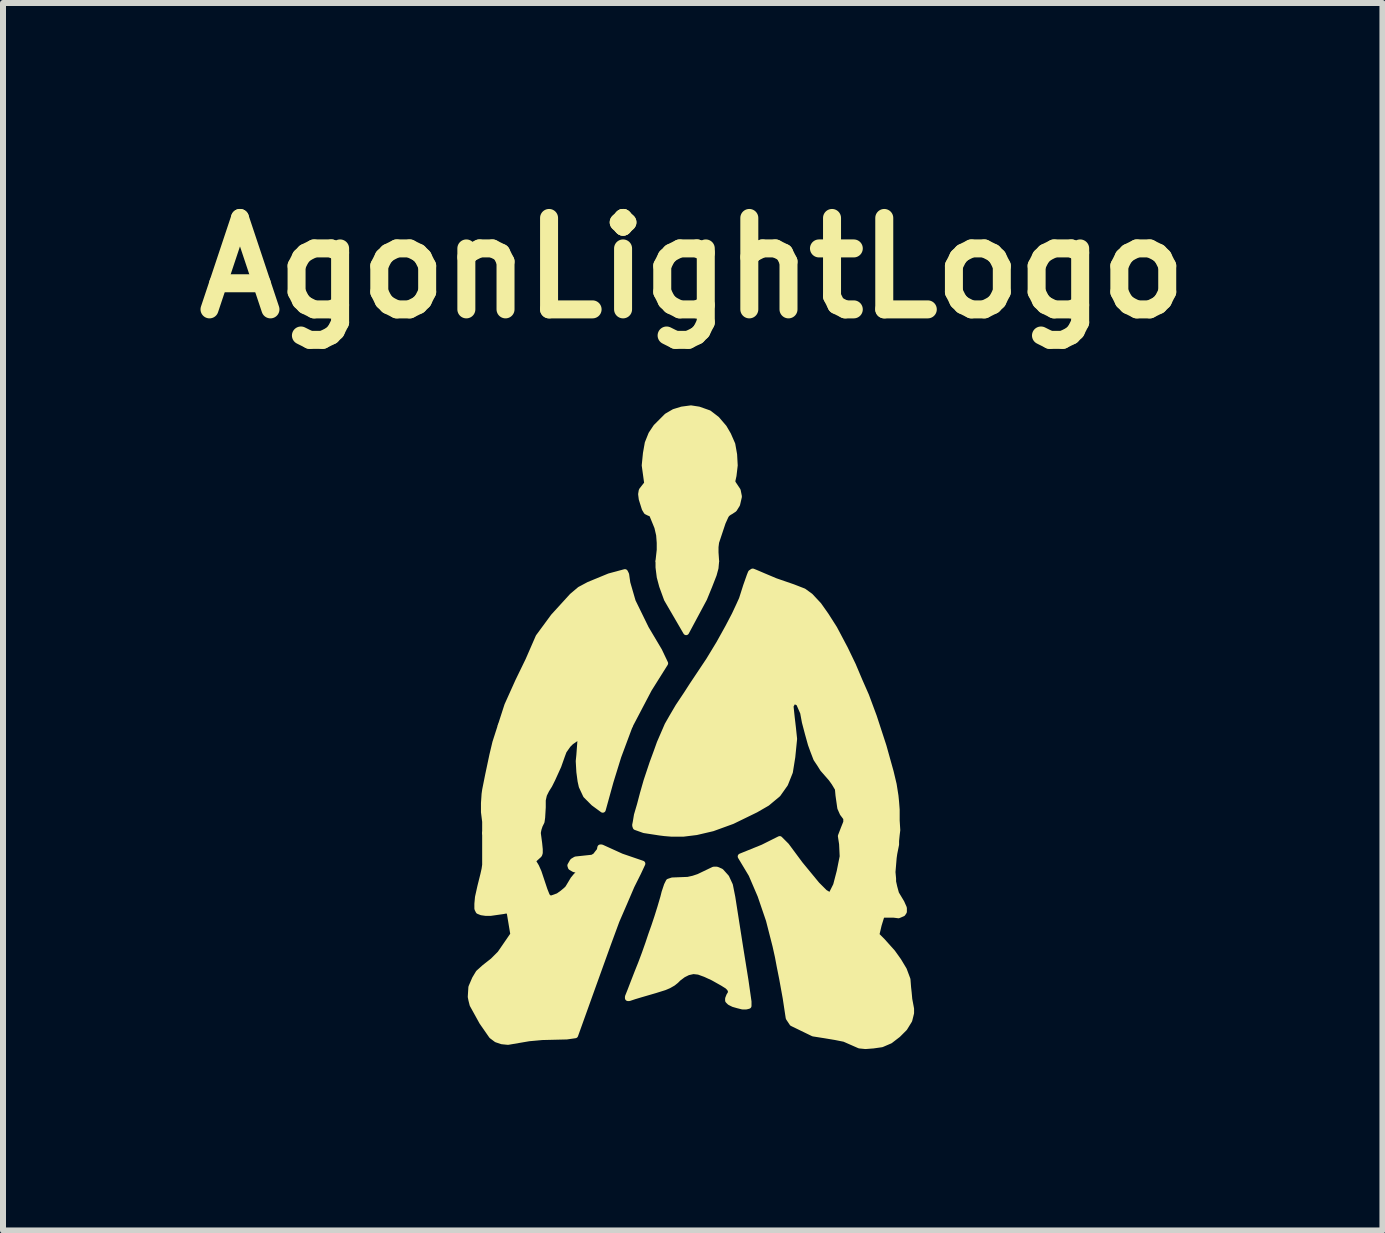
<source format=kicad_pcb>
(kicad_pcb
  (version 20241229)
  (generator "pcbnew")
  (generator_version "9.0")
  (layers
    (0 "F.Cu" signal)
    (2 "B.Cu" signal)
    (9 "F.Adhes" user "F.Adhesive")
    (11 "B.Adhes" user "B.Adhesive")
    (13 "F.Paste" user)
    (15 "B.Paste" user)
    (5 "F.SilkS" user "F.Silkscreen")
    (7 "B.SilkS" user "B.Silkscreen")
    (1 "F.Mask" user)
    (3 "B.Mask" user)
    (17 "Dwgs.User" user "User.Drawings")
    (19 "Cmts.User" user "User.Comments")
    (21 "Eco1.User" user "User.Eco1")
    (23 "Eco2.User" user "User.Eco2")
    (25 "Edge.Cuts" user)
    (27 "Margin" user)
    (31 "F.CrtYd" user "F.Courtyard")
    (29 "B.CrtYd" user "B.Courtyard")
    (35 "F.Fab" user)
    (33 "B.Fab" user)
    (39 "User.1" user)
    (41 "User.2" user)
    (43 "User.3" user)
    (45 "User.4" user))
  (footprint "AgonLightLogo"
    (layer "F.Cu")
    (at 8.498 9.038)
    (property "Reference" "AgonLightLogo" (at 0 -7.62 0) (layer "F.SilkS") (effects (font (size 1.524 1.524) (thickness 0.3))))
    (attr through_hole)
    (fp_poly (pts (xy -0.57 -2.725) (xy -0.57 -2.63) (xy -0.55 -2.47) (xy -0.51 -2.32) (xy -0.43 -2.1) (xy -0.11 -1.55) (xy 0.19 -2.11) (xy 0.28 -2.33) (xy 0.35 -2.51) (xy 0.38 -2.62) (xy 0.39 -2.735)) (stroke (width 0.1) (type solid)) (fill yes) (layer "F.SilkS"))
    (fp_poly (pts (xy -1.13 -2.55) (xy -1.11 -2.51) (xy -1.09 -2.37) (xy -1 -2.06) (xy -0.78 -1.61) (xy -0.56 -1.24) (xy -0.46 -1.03) (xy -0.73 -0.6) (xy -1.05 0.01) (xy -3.2 0.01) (xy -3.09 -0.33) (xy -2.91 -0.73) (xy -2.74 -1.08) (xy -2.57 -1.47) (xy -2.32 -1.81) (xy -2.01 -2.15) (xy -1.88 -2.26) (xy -1.73 -2.34) (xy -1.39 -2.48)) (stroke (width 0.1) (type solid)) (fill yes) (layer "F.SilkS"))
    (fp_poly (pts (xy -0.76 -4.04) (xy -0.8 -4.33) (xy -0.78 -4.53) (xy -0.75 -4.7) (xy -0.69 -4.85) (xy -0.61 -4.97) (xy -0.43 -5.15) (xy -0.31 -5.22) (xy -0.18 -5.26) (xy -0.03 -5.28) (xy 0.1 -5.26) (xy 0.27 -5.2) (xy 0.4 -5.1) (xy 0.52 -4.96) (xy 0.59 -4.84) (xy 0.66 -4.68) (xy 0.69 -4.51) (xy 0.7 -4.33) (xy 0.68 -4.16) (xy 0.66 -4.07)) (stroke (width 0.1) (type solid)) (fill yes) (layer "F.SilkS"))
    (fp_poly (pts (xy -2.58 1.82) (xy -2.56 1.97) (xy -2.55 2.07) (xy -2.55 2.13) (xy -2.56 2.16) (xy -2.67 2.26) (xy -2.61 2.36) (xy -2.57 2.45) (xy -2.52 2.6) (xy -2.47 2.75) (xy -2.43 2.85) (xy -2.38 2.9) (xy -3.06 3.1) (xy -3.11 3.09) (xy -3.16 3.1) (xy -3.37 3.13) (xy -3.45 3.13) (xy -3.52 3.12) (xy -3.57 3.1) (xy -3.59 3.06) (xy -3.59 2.98) (xy -3.58 2.87) (xy -3.54 2.69) (xy -3.49 2.49) (xy -3.47 2.4) (xy -3.46 2.33) (xy -3.46 2.12) (xy -3.46 1.8)) (stroke (width 0.1) (type solid)) (fill yes) (layer "F.SilkS"))
    (fp_poly (pts (xy -0.78 -4) (xy -0.85 -3.91) (xy -0.86 -3.85) (xy -0.85 -3.77) (xy -0.8 -3.61) (xy -0.77 -3.56) (xy -0.73 -3.54) (xy -0.68 -3.52) (xy -0.59 -3.3) (xy -0.56 -3.17) (xy -0.55 -3.04) (xy -0.55 -2.92) (xy -0.57 -2.74) (xy 0.39 -2.73) (xy 0.38 -2.88) (xy 0.38 -2.97) (xy 0.39 -3.05) (xy 0.41 -3.11) (xy 0.5 -3.38) (xy 0.55 -3.49) (xy 0.57 -3.52) (xy 0.61 -3.55) (xy 0.63 -3.56) (xy 0.69 -3.6) (xy 0.74 -3.68) (xy 0.77 -3.81) (xy 0.75 -3.91) (xy 0.67 -4.03)) (stroke (width 0.1) (type solid)) (fill yes) (layer "F.SilkS"))
    (fp_poly (pts (xy -1.05 0.01) (xy -1.24 0.52) (xy -1.37 0.94) (xy -1.5 1.41) (xy -1.65 1.3) (xy -1.78 1.17) (xy -1.85 1.02) (xy -1.87 0.93) (xy -1.89 0.78) (xy -1.9 0.6) (xy -1.89 0.5) (xy -1.87 0.23) (xy -1.87 0.19) (xy -1.9 0.19) (xy -2.03 0.28) (xy -2.08 0.33) (xy -2.15 0.43) (xy -2.18 0.51) (xy -2.24 0.68) (xy -2.34 0.9) (xy -2.39 1) (xy -2.44 1.08) (xy -2.48 1.16) (xy -2.5 1.25) (xy -2.5 1.37) (xy -2.51 1.54) (xy -2.52 1.61) (xy -2.55 1.67) (xy -2.57 1.73) (xy -2.58 1.78) (xy -3.46 1.8) (xy -3.46 1.61) (xy -3.48 1.45) (xy -3.48 1.3) (xy -3.47 1.15) (xy -3.46 1.08) (xy -3.41 0.83) (xy -3.34 0.5) (xy -3.29 0.29) (xy -3.2 0.01)) (stroke (width 0.1) (type solid)) (fill yes) (layer "F.SilkS"))
    (fp_poly (pts (xy -2.38 2.9) (xy -2.24 2.85) (xy -2.17 2.8) (xy -2.11 2.75) (xy -2.08 2.72) (xy -1.99 2.57) (xy -1.94 2.51) (xy -1.87 2.46) (xy -1.87 2.43) (xy -1.98 2.4) (xy -2.03 2.37) (xy -2.04 2.34) (xy -2 2.27) (xy -1.95 2.24) (xy -1.67 2.21) (xy -1.62 2.18) (xy -1.59 2.14) (xy -1.55 2.09) (xy -1.54 2.04) (xy -1.52 2.04) (xy -1.19 2.19) (xy -0.84 2.31) (xy -0.91 2.46) (xy -1.02 2.68) (xy -1.14 2.96) (xy -1.27 3.26) (xy -1.41 3.64) (xy -1.68 4.39) (xy -1.96 5.17) (xy -2.1 5.19) (xy -2.51 5.2) (xy -2.73 5.22) (xy -3.08 5.28) (xy -3.18 5.27) (xy -3.27 5.24) (xy -3.35 5.18) (xy -3.51 4.95) (xy -3.67 4.66) (xy -3.69 4.58) (xy -3.7 4.53) (xy -3.69 4.37) (xy -3.63 4.23) (xy -3.57 4.13) (xy -3.47 4.04) (xy -3.33 3.93) (xy -3.21 3.81) (xy -2.99 3.49) (xy -3.05 3.13)) (stroke (width 0.1) (type solid)) (fill yes) (layer "F.SilkS"))
    (fp_poly (pts (xy -0.4 2.61) (xy -0.34 2.59) (xy -0.08 2.58) (xy 0.01 2.56) (xy 0.1 2.53) (xy 0.35 2.41) (xy 0.4 2.41) (xy 0.47 2.44) (xy 0.56 2.54) (xy 0.62 2.67) (xy 0.66 2.87) (xy 0.79 3.7) (xy 0.88 4.26) (xy 0.93 4.61) (xy 0.93 4.64) (xy 0.93 4.68) (xy 0.89 4.69) (xy 0.83 4.69) (xy 0.75 4.67) (xy 0.68 4.65) (xy 0.62 4.62) (xy 0.59 4.59) (xy 0.59 4.56) (xy 0.61 4.51) (xy 0.63 4.48) (xy 0.64 4.44) (xy 0.62 4.39) (xy 0.58 4.35) (xy 0.5 4.3) (xy 0.34 4.21) (xy 0.21 4.15) (xy 0.1 4.11) (xy 0.01 4.1) (xy -0.08 4.12) (xy -0.16 4.16) (xy -0.24 4.22) (xy -0.28 4.26) (xy -0.33 4.3) (xy -0.4 4.34) (xy -0.47 4.37) (xy -0.63 4.42) (xy -0.87 4.49) (xy -0.97 4.52) (xy -1.06 4.55) (xy -1.08 4.55) (xy -1.08 4.53) (xy -1.04 4.43) (xy -0.99 4.3) (xy -0.92 4.12) (xy -0.86 3.97) (xy -0.8 3.81) (xy -0.74 3.64) (xy -0.69 3.49) (xy -0.64 3.35) (xy -0.59 3.2) (xy -0.54 3.04) (xy -0.49 2.87) (xy -0.47 2.79) (xy -0.45 2.73) (xy -0.43 2.67) (xy -0.41 2.63)) (stroke (width 0.1) (type solid)) (fill yes) (layer "F.SilkS"))
    (fp_poly (pts (xy 1.05 1.41) (xy 1.24 1.3) (xy 1.42 1.15) (xy 1.54 0.98) (xy 1.62 0.78) (xy 1.66 0.53) (xy 1.69 0.23) (xy 1.67 0.04) (xy 1.65 -0.13) (xy 1.63 -0.32) (xy 1.68 -0.41) (xy 1.77 -0.37) (xy 1.84 -0.21) (xy 1.87 -0.05) (xy 1.92 0.14) (xy 1.97 0.32) (xy 2.01 0.43) (xy 2.06 0.56) (xy 2.12 0.65) (xy 2.17 0.73) (xy 2.24 0.81) (xy 2.31 0.89) (xy 2.36 0.96) (xy 2.42 1.06) (xy 2.43 1.17) (xy 2.46 1.38) (xy 2.5 1.47) (xy 2.56 1.55) (xy 2.56 1.62) (xy 2.52 1.72) (xy 2.47 1.85) (xy 2.49 1.98) (xy 2.5 2.19) (xy 2.45 2.44) (xy 2.39 2.67) (xy 2.3 2.85) (xy 2.2 2.79) (xy 2.07 2.66) (xy 1.79 2.32) (xy 1.56 2.01) (xy 1.45 1.9) (xy 1.17 2.04) (xy 0.8 2.19) (xy 0.98 2.49) (xy 1.13 2.84) (xy 1.27 3.25) (xy 1.38 3.68) (xy 1.42 3.86) (xy 1.45 4.02) (xy 1.49 4.22) (xy 1.55 4.55) (xy 1.6 4.88) (xy 1.66 4.97) (xy 2.01 5.14) (xy 2.2 5.17) (xy 2.38 5.2) (xy 2.53 5.23) (xy 2.78 5.34) (xy 2.88 5.35) (xy 3.01 5.34) (xy 3.15 5.32) (xy 3.29 5.26) (xy 3.42 5.16) (xy 3.53 5.05) (xy 3.61 4.92) (xy 3.64 4.8) (xy 3.64 4.73) (xy 3.61 4.57) (xy 3.6 4.46) (xy 3.59 4.37) (xy 3.58 4.24) (xy 3.52 4.08) (xy 3.43 3.93) (xy 3.33 3.79) (xy 3.16 3.6) (xy 3.06 3.5) (xy 3.1 3.33) (xy 3.14 3.2) (xy 3.16 3.16) (xy 3.2 3.16) (xy 3.26 3.16) (xy 3.35 3.16) (xy 3.43 3.17) (xy 3.5 3.14) (xy 3.52 3.11) (xy 3.52 3.05) (xy 3.48 2.96) (xy 3.42 2.86) (xy 3.39 2.81) (xy 3.36 2.7) (xy 3.34 2.61) (xy 3.34 2.56) (xy 3.33 2.45) (xy 3.34 2.33) (xy 3.35 2.21) (xy 3.36 2.14) (xy 3.39 1.99) (xy 3.39 1.93) (xy 3.4 1.83) (xy 3.41 1.75) (xy 3.4 1.59) (xy 3.4 1.41) (xy 3.39 1.28) (xy 3.38 1.18) (xy 3.35 0.99) (xy 3.3 0.78) (xy 3.18 0.35) (xy 3.02 -0.14) (xy 2.89 -0.49) (xy 2.78 -0.74) (xy 2.67 -1) (xy 2.54 -1.27) (xy 2.36 -1.61) (xy 2.22 -1.83) (xy 2.1 -2) (xy 1.96 -2.15) (xy 1.85 -2.23) (xy 1.67 -2.3) (xy 1.38 -2.4) (xy 1.19 -2.48) (xy 1.05 -2.54) (xy 1 -2.56) (xy 0.97 -2.54) (xy 0.95 -2.49) (xy 0.89 -2.32) (xy 0.82 -2.1) (xy 0.77 -1.99) (xy 0.7 -1.84) (xy 0.59 -1.63) (xy 0.44 -1.36) (xy 0.27 -1.08) (xy 0.11 -0.84) (xy -0.01 -0.66) (xy -0.1 -0.52) (xy -0.24 -0.31) (xy -0.34 -0.14) (xy -0.42 0) (xy -0.55 0.3) (xy -0.6 0.44) (xy -0.67 0.63) (xy -0.77 0.93) (xy -0.83 1.14) (xy -0.88 1.33) (xy -0.93 1.5) (xy -0.95 1.62) (xy -0.96 1.67) (xy -0.95 1.7) (xy -0.81 1.75) (xy -0.55 1.79) (xy -0.47 1.8) (xy -0.35 1.81) (xy -0.16 1.81) (xy 0.06 1.783) (xy 0.33 1.72) (xy 0.66 1.6)) (stroke (width 0.1) (type solid)) (fill yes) (layer "F.SilkS"))
    (fp_poly (pts (xy 3.789 5.419) (xy -3.768 5.419) (xy -3.768 4.509) (xy -3.704 4.509) (xy -3.702 4.563) (xy -3.693 4.612) (xy -3.674 4.666) (xy -3.64 4.734) (xy -3.588 4.826) (xy -3.577 4.846) (xy -3.488 4.995) (xy -3.411 5.11) (xy -3.34 5.193) (xy -3.268 5.247) (xy -3.19 5.277) (xy -3.099 5.284) (xy -2.989 5.273) (xy -2.853 5.247) (xy -2.826 5.241) (xy -2.73 5.225) (xy -2.607 5.213) (xy -2.47 5.207) (xy -2.413 5.206) (xy -2.301 5.204) (xy -2.196 5.2) (xy -2.109 5.195) (xy -2.055 5.19) (xy -1.962 5.175) (xy -1.84 4.847) (xy -1.796 4.729) (xy -1.742 4.582) (xy -1.729 4.545) (xy -1.094 4.545) (xy -1.09 4.558) (xy -1.056 4.553) (xy -1.013 4.539) (xy -0.954 4.519) (xy -0.867 4.493) (xy -0.765 4.464) (xy -0.691 4.443) (xy -0.564 4.407) (xy -0.467 4.375) (xy -0.392 4.342) (xy -0.328 4.304) (xy -0.266 4.255) (xy -0.226 4.22) (xy -0.148 4.159) (xy -0.073 4.121) (xy 0.007 4.106) (xy 0.096 4.116) (xy 0.2 4.149) (xy 0.326 4.208) (xy 0.478 4.294) (xy 0.492 4.302) (xy 0.574 4.354) (xy 0.62 4.398) (xy 0.634 4.44) (xy 0.62 4.487) (xy 0.601 4.519) (xy 0.582 4.563) (xy 0.583 4.594) (xy 0.619 4.625) (xy 0.68 4.654) (xy 0.755 4.679) (xy 0.831 4.695) (xy 0.894 4.7) (xy 0.933 4.69) (xy 0.935 4.688) (xy 0.938 4.684) (xy 0.939 4.675) (xy 0.939 4.657) (xy 0.936 4.627) (xy 0.93 4.581) (xy 0.921 4.516) (xy 0.908 4.427) (xy 0.89 4.311) (xy 0.867 4.164) (xy 0.838 3.982) (xy 0.807 3.789) (xy 0.78 3.616) (xy 0.754 3.448) (xy 0.73 3.292) (xy 0.709 3.154) (xy 0.692 3.042) (xy 0.68 2.962) (xy 0.678 2.942) (xy 0.65 2.777) (xy 0.615 2.647) (xy 0.57 2.548) (xy 0.526 2.487) (xy 0.463 2.428) (xy 0.401 2.403) (xy 0.331 2.412) (xy 0.244 2.452) (xy 0.224 2.464) (xy 0.088 2.531) (xy -0.059 2.569) (xy -0.228 2.582) (xy -0.243 2.582) (xy -0.337 2.588) (xy -0.395 2.603) (xy -0.407 2.612) (xy -0.424 2.643) (xy -0.448 2.707) (xy -0.475 2.792) (xy -0.496 2.871) (xy -0.53 2.989) (xy -0.576 3.139) (xy -0.634 3.313) (xy -0.699 3.503) (xy -0.769 3.703) (xy -0.842 3.904) (xy -0.915 4.1) (xy -0.986 4.282) (xy -1.05 4.443) (xy -1.094 4.545) (xy -1.729 4.545) (xy -1.683 4.417) (xy -1.621 4.245) (xy -1.562 4.078) (xy -1.538 4.011) (xy -1.448 3.756) (xy -1.368 3.536) (xy -1.295 3.343) (xy -1.228 3.173) (xy -1.164 3.018) (xy -1.1 2.873) (xy -1.034 2.73) (xy -0.987 2.632) (xy -0.829 2.311) (xy -1.008 2.255) (xy -1.116 2.217) (xy -1.236 2.168) (xy -1.348 2.117) (xy -1.366 2.107) (xy -1.451 2.065) (xy -1.506 2.042) (xy -1.535 2.036) (xy -1.545 2.047) (xy -1.545 2.05) (xy -1.558 2.089) (xy -1.589 2.139) (xy -1.596 2.148) (xy -1.625 2.18) (xy -1.658 2.2) (xy -1.706 2.213) (xy -1.782 2.221) (xy -1.811 2.224) (xy -1.899 2.233) (xy -1.956 2.245) (xy -1.993 2.264) (xy -2.015 2.286) (xy -2.044 2.336) (xy -2.036 2.375) (xy -1.989 2.404) (xy -1.921 2.423) (xy -1.873 2.439) (xy -1.868 2.46) (xy -1.905 2.485) (xy -1.91 2.487) (xy -1.953 2.519) (xy -1.995 2.57) (xy -2 2.578) (xy -2.042 2.646) (xy -2.084 2.714) (xy -2.085 2.715) (xy -2.122 2.757) (xy -2.18 2.802) (xy -2.247 2.843) (xy -2.313 2.876) (xy -2.366 2.892) (xy -2.391 2.89) (xy -2.425 2.85) (xy -2.462 2.774) (xy -2.499 2.669) (xy -2.523 2.582) (xy -2.55 2.492) (xy -2.583 2.407) (xy -2.615 2.345) (xy -2.615 2.344) (xy -2.669 2.263) (xy -2.602 2.207) (xy -2.574 2.184) (xy -2.556 2.162) (xy -2.546 2.135) (xy -2.544 2.095) (xy -2.55 2.033) (xy -2.562 1.943) (xy -2.573 1.861) (xy -2.577 1.78) (xy -2.557 1.708) (xy -2.542 1.677) (xy -2.541 1.672) (xy -0.963 1.672) (xy -0.959 1.695) (xy -0.913 1.721) (xy -0.834 1.746) (xy -0.729 1.77) (xy -0.606 1.791) (xy -0.475 1.806) (xy -0.349 1.814) (xy -0.156 1.816) (xy 0.024 1.803) (xy 0.201 1.773) (xy 0.38 1.725) (xy 0.57 1.656) (xy 0.778 1.564) (xy 0.995 1.457) (xy 1.146 1.377) (xy 1.265 1.309) (xy 1.357 1.247) (xy 1.427 1.184) (xy 1.482 1.117) (xy 1.527 1.038) (xy 1.569 0.942) (xy 1.597 0.867) (xy 1.632 0.74) (xy 1.658 0.579) (xy 1.676 0.392) (xy 1.684 0.187) (xy 1.682 -0.028) (xy 1.67 -0.246) (xy 1.663 -0.323) (xy 1.662 -0.379) (xy 1.674 -0.4) (xy 1.696 -0.39) (xy 1.724 -0.354) (xy 1.757 -0.294) (xy 1.793 -0.217) (xy 1.827 -0.125) (xy 1.859 -0.024) (xy 1.874 0.032) (xy 1.931 0.244) (xy 1.989 0.419) (xy 2.052 0.561) (xy 2.122 0.677) (xy 2.199 0.77) (xy 2.213 0.783) (xy 2.273 0.848) (xy 2.335 0.923) (xy 2.356 0.952) (xy 2.389 1.005) (xy 2.411 1.057) (xy 2.424 1.121) (xy 2.433 1.211) (xy 2.434 1.23) (xy 2.443 1.327) (xy 2.455 1.393) (xy 2.474 1.443) (xy 2.503 1.487) (xy 2.504 1.489) (xy 2.542 1.544) (xy 2.557 1.59) (xy 2.55 1.642) (xy 2.521 1.711) (xy 2.506 1.74) (xy 2.476 1.804) (xy 2.463 1.852) (xy 2.464 1.903) (xy 2.477 1.972) (xy 2.491 2.071) (xy 2.494 2.176) (xy 2.491 2.216) (xy 2.48 2.284) (xy 2.461 2.371) (xy 2.435 2.47) (xy 2.405 2.572) (xy 2.374 2.67) (xy 2.345 2.755) (xy 2.319 2.819) (xy 2.3 2.853) (xy 2.294 2.857) (xy 2.257 2.841) (xy 2.201 2.797) (xy 2.132 2.729) (xy 2.055 2.644) (xy 1.976 2.548) (xy 1.934 2.492) (xy 1.868 2.403) (xy 1.794 2.307) (xy 1.716 2.209) (xy 1.64 2.116) (xy 1.57 2.032) (xy 1.511 1.964) (xy 1.467 1.916) (xy 1.444 1.896) (xy 1.442 1.896) (xy 1.419 1.905) (xy 1.366 1.929) (xy 1.289 1.965) (xy 1.198 2.008) (xy 1.185 2.014) (xy 1.085 2.062) (xy 0.99 2.105) (xy 0.913 2.139) (xy 0.863 2.16) (xy 0.863 2.16) (xy 0.812 2.182) (xy 0.785 2.201) (xy 0.783 2.206) (xy 0.795 2.231) (xy 0.824 2.278) (xy 0.855 2.323) (xy 0.955 2.482) (xy 1.049 2.673) (xy 1.138 2.898) (xy 1.222 3.157) (xy 1.302 3.453) (xy 1.379 3.786) (xy 1.453 4.16) (xy 1.502 4.446) (xy 1.524 4.573) (xy 1.543 4.689) (xy 1.56 4.786) (xy 1.572 4.857) (xy 1.579 4.892) (xy 1.589 4.919) (xy 1.614 4.945) (xy 1.659 4.975) (xy 1.731 5.013) (xy 1.822 5.058) (xy 1.929 5.107) (xy 2.012 5.14) (xy 2.084 5.162) (xy 2.161 5.176) (xy 2.254 5.187) (xy 2.255 5.187) (xy 2.406 5.208) (xy 2.532 5.242) (xy 2.599 5.267) (xy 2.673 5.299) (xy 2.735 5.325) (xy 2.772 5.34) (xy 2.773 5.34) (xy 2.833 5.351) (xy 2.919 5.353) (xy 3.014 5.347) (xy 3.104 5.334) (xy 3.146 5.324) (xy 3.291 5.262) (xy 3.422 5.17) (xy 3.529 5.056) (xy 3.606 4.928) (xy 3.629 4.867) (xy 3.645 4.8) (xy 3.647 4.742) (xy 3.636 4.671) (xy 3.629 4.642) (xy 3.612 4.548) (xy 3.601 4.442) (xy 3.599 4.387) (xy 3.581 4.237) (xy 3.529 4.085) (xy 3.44 3.929) (xy 3.314 3.764) (xy 3.211 3.652) (xy 3.066 3.503) (xy 3.104 3.344) (xy 3.125 3.266) (xy 3.145 3.205) (xy 3.162 3.172) (xy 3.164 3.17) (xy 3.195 3.163) (xy 3.255 3.162) (xy 3.325 3.167) (xy 3.429 3.168) (xy 3.496 3.149) (xy 3.527 3.108) (xy 3.523 3.045) (xy 3.482 2.959) (xy 3.461 2.925) (xy 3.398 2.812) (xy 3.359 2.695) (xy 3.341 2.56) (xy 3.337 2.466) (xy 3.341 2.353) (xy 3.353 2.231) (xy 3.369 2.125) (xy 3.372 2.112) (xy 3.39 1.999) (xy 3.401 1.856) (xy 3.407 1.692) (xy 3.407 1.52) (xy 3.4 1.35) (xy 3.387 1.193) (xy 3.385 1.175) (xy 3.354 0.987) (xy 3.304 0.765) (xy 3.234 0.508) (xy 3.143 0.214) (xy 3.142 0.212) (xy 3.035 -0.104) (xy 2.921 -0.412) (xy 2.802 -0.708) (xy 2.679 -0.989) (xy 2.555 -1.251) (xy 2.43 -1.49) (xy 2.308 -1.702) (xy 2.19 -1.884) (xy 2.078 -2.032) (xy 1.987 -2.13) (xy 1.935 -2.176) (xy 1.886 -2.212) (xy 1.83 -2.243) (xy 1.758 -2.273) (xy 1.66 -2.307) (xy 1.604 -2.326) (xy 1.486 -2.366) (xy 1.366 -2.41) (xy 1.259 -2.453) (xy 1.182 -2.487) (xy 1.106 -2.522) (xy 1.041 -2.548) (xy 1.001 -2.56) (xy 0.995 -2.561) (xy 0.974 -2.544) (xy 0.948 -2.492) (xy 0.915 -2.403) (xy 0.892 -2.333) (xy 0.831 -2.157) (xy 0.757 -1.975) (xy 0.667 -1.783) (xy 0.559 -1.577) (xy 0.431 -1.354) (xy 0.28 -1.108) (xy 0.105 -0.837) (xy -0.001 -0.677) (xy -0.114 -0.508) (xy -0.207 -0.367) (xy -0.282 -0.247) (xy -0.344 -0.142) (xy -0.397 -0.046) (xy -0.445 0.048) (xy -0.49 0.147) (xy -0.537 0.257) (xy -0.538 0.26) (xy -0.585 0.377) (xy -0.634 0.512) (xy -0.686 0.661) (xy -0.737 0.817) (xy -0.787 0.975) (xy -0.833 1.131) (xy -0.875 1.278) (xy -0.91 1.411) (xy -0.938 1.524) (xy -0.956 1.613) (xy -0.963 1.672) (xy -2.541 1.672) (xy -2.519 1.622) (xy -2.506 1.562) (xy -2.499 1.482) (xy -2.498 1.393) (xy -2.497 1.301) (xy -2.491 1.232) (xy -2.478 1.174) (xy -2.452 1.114) (xy -2.41 1.041) (xy -2.363 0.964) (xy -2.331 0.903) (xy -2.291 0.815) (xy -2.25 0.713) (xy -2.219 0.629) (xy -2.174 0.511) (xy -2.13 0.415) (xy -2.092 0.349) (xy -2.078 0.332) (xy -2.033 0.29) (xy -1.978 0.248) (xy -1.927 0.214) (xy -1.888 0.194) (xy -1.874 0.193) (xy -1.873 0.217) (xy -1.876 0.271) (xy -1.882 0.347) (xy -1.885 0.37) (xy -1.901 0.592) (xy -1.9 0.779) (xy -1.879 0.937) (xy -1.836 1.071) (xy -1.772 1.185) (xy -1.684 1.284) (xy -1.618 1.338) (xy -1.562 1.38) (xy -1.52 1.409) (xy -1.503 1.418) (xy -1.494 1.399) (xy -1.477 1.347) (xy -1.455 1.269) (xy -1.431 1.18) (xy -1.386 1.011) (xy -1.33 0.824) (xy -1.269 0.628) (xy -1.205 0.438) (xy -1.143 0.263) (xy -1.087 0.115) (xy -1.078 0.094) (xy -0.975 -0.139) (xy -0.867 -0.353) (xy -0.746 -0.565) (xy -0.628 -0.75) (xy -0.448 -1.024) (xy -0.533 -1.193) (xy -0.586 -1.293) (xy -0.65 -1.408) (xy -0.713 -1.514) (xy -0.725 -1.532) (xy -0.818 -1.691) (xy -0.902 -1.856) (xy -0.975 -2.021) (xy -1.035 -2.178) (xy -1.077 -2.319) (xy -1.098 -2.437) (xy -1.101 -2.479) (xy -1.108 -2.527) (xy -1.122 -2.55) (xy -1.15 -2.549) (xy -1.21 -2.535) (xy -1.292 -2.51) (xy -1.389 -2.478) (xy -1.492 -2.442) (xy -1.594 -2.403) (xy -1.685 -2.366) (xy -1.758 -2.333) (xy -1.778 -2.322) (xy -1.852 -2.281) (xy -1.912 -2.243) (xy -1.966 -2.203) (xy -2.021 -2.153) (xy -2.083 -2.089) (xy -2.16 -2.002) (xy -2.234 -1.916) (xy -2.341 -1.791) (xy -2.425 -1.69) (xy -2.489 -1.605) (xy -2.539 -1.529) (xy -2.58 -1.455) (xy -2.617 -1.376) (xy -2.654 -1.284) (xy -2.66 -1.27) (xy -2.706 -1.158) (xy -2.765 -1.032) (xy -2.826 -0.911) (xy -2.849 -0.868) (xy -2.994 -0.583) (xy -3.121 -0.276) (xy -3.232 0.06) (xy -3.33 0.43) (xy -3.363 0.572) (xy -3.403 0.76) (xy -3.435 0.915) (xy -3.458 1.043) (xy -3.474 1.151) (xy -3.484 1.247) (xy -3.488 1.336) (xy -3.487 1.427) (xy -3.482 1.527) (xy -3.481 1.554) (xy -3.473 1.694) (xy -3.467 1.853) (xy -3.463 2.009) (xy -3.463 2.106) (xy -3.464 2.233) (xy -3.469 2.331) (xy -3.48 2.417) (xy -3.498 2.503) (xy -3.521 2.591) (xy -3.56 2.744) (xy -3.585 2.878) (xy -3.595 2.986) (xy -3.59 3.064) (xy -3.57 3.108) (xy -3.569 3.109) (xy -3.522 3.128) (xy -3.443 3.135) (xy -3.343 3.131) (xy -3.232 3.116) (xy -3.199 3.11) (xy -3.125 3.099) (xy -3.077 3.101) (xy -3.066 3.106) (xy -3.055 3.134) (xy -3.041 3.194) (xy -3.027 3.274) (xy -3.023 3.309) (xy -2.998 3.492) (xy -3.117 3.667) (xy -3.197 3.78) (xy -3.267 3.866) (xy -3.336 3.935) (xy -3.414 3.996) (xy -3.463 4.029) (xy -3.573 4.12) (xy -3.648 4.228) (xy -3.691 4.358) (xy -3.704 4.509) (xy -3.768 4.509) (xy -3.768 -3.853) (xy -0.865 -3.853) (xy -0.858 -3.78) (xy -0.836 -3.696) (xy -0.805 -3.609) (xy -0.774 -3.558) (xy -0.738 -3.537) (xy -0.719 -3.535) (xy -0.691 -3.519) (xy -0.659 -3.47) (xy -0.623 -3.392) (xy -0.589 -3.286) (xy -0.565 -3.163) (xy -0.552 -3.037) (xy -0.551 -2.922) (xy -0.564 -2.83) (xy -0.569 -2.813) (xy -0.58 -2.742) (xy -0.579 -2.643) (xy -0.565 -2.525) (xy -0.541 -2.4) (xy -0.508 -2.278) (xy -0.495 -2.238) (xy -0.464 -2.162) (xy -0.415 -2.063) (xy -0.357 -1.951) (xy -0.293 -1.839) (xy -0.279 -1.815) (xy -0.222 -1.721) (xy -0.173 -1.641) (xy -0.137 -1.582) (xy -0.116 -1.549) (xy -0.114 -1.545) (xy -0.102 -1.562) (xy -0.075 -1.607) (xy -0.037 -1.67) (xy -0.026 -1.688) (xy 0.101 -1.918) (xy 0.214 -2.152) (xy 0.305 -2.374) (xy 0.33 -2.447) (xy 0.363 -2.549) (xy 0.384 -2.625) (xy 0.394 -2.687) (xy 0.395 -2.748) (xy 0.39 -2.82) (xy 0.385 -2.899) (xy 0.387 -2.97) (xy 0.398 -3.043) (xy 0.419 -3.127) (xy 0.453 -3.232) (xy 0.492 -3.34) (xy 0.525 -3.428) (xy 0.551 -3.484) (xy 0.578 -3.518) (xy 0.61 -3.54) (xy 0.629 -3.549) (xy 0.694 -3.595) (xy 0.741 -3.673) (xy 0.771 -3.787) (xy 0.775 -3.818) (xy 0.78 -3.879) (xy 0.767 -3.925) (xy 0.731 -3.974) (xy 0.723 -3.983) (xy 0.683 -4.033) (xy 0.669 -4.07) (xy 0.674 -4.113) (xy 0.679 -4.13) (xy 0.695 -4.221) (xy 0.702 -4.338) (xy 0.698 -4.465) (xy 0.684 -4.587) (xy 0.662 -4.689) (xy 0.661 -4.691) (xy 0.614 -4.808) (xy 0.547 -4.927) (xy 0.471 -5.034) (xy 0.395 -5.115) (xy 0.395 -5.115) (xy 0.259 -5.205) (xy 0.109 -5.261) (xy -0.046 -5.282) (xy -0.2 -5.265) (xy -0.321 -5.222) (xy -0.424 -5.157) (xy -0.529 -5.066) (xy -0.623 -4.962) (xy -0.692 -4.859) (xy -0.696 -4.852) (xy -0.754 -4.704) (xy -0.79 -4.533) (xy -0.805 -4.355) (xy -0.795 -4.184) (xy -0.782 -4.108) (xy -0.771 -4.048) (xy -0.776 -4.009) (xy -0.801 -3.973) (xy -0.814 -3.959) (xy -0.851 -3.909) (xy -0.865 -3.853) (xy -3.768 -3.853) (xy -3.768 -5.397) (xy 3.789 -5.397) (xy 3.789 5.419)) (stroke (width 0.01) (type solid)) (fill no) (layer "Eco1.User")))
  (gr_rect
    (start -3 -3)
    (end 19.996 17.462)
    (stroke (width 0.1) (type default))
    (fill no)
    (layer "Edge.Cuts")))
</source>
